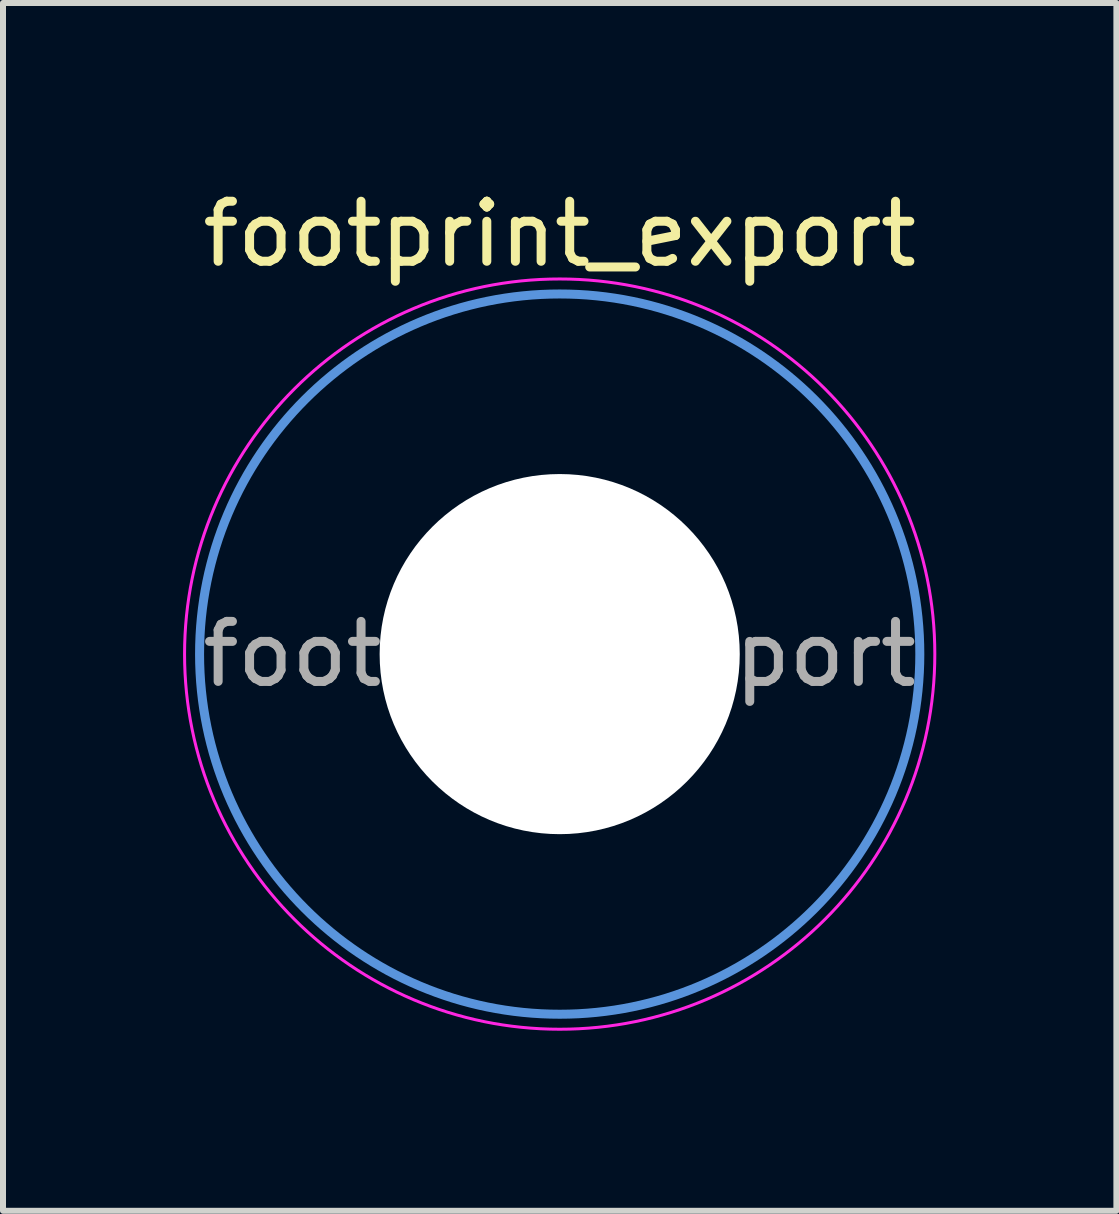
<source format=kicad_pcb>
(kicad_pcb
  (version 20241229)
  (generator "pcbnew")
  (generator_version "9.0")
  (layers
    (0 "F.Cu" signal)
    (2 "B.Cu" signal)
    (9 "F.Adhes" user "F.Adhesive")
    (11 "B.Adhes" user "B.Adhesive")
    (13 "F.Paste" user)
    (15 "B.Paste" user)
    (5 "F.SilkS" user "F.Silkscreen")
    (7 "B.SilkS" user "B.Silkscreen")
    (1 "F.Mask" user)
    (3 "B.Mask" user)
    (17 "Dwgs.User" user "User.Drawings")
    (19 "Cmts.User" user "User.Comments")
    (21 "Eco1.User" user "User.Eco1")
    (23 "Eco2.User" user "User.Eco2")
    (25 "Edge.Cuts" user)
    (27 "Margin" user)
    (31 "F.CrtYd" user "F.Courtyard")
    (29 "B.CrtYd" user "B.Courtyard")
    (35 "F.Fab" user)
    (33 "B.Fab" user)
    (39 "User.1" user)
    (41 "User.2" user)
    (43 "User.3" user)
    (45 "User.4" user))
  (footprint "footprint_export"
    (layer "F.Cu")
    (at 6.275 7.848)
    (property "Reference" "footprint_export" (at 0 -7 0) (layer "F.SilkS") (effects (font (size 1 1) (thickness 0.15))))
    (attr exclude_from_pos_files exclude_from_bom)
    (fp_circle (center 0 0) (end 6 0) (stroke (width 0.15) (type solid)) (fill no) (layer "Cmts.User"))
    (fp_circle (center 0 0) (end 6.25 0) (stroke (width 0.05) (type solid)) (fill no) (layer "F.CrtYd"))
    (fp_text user "${REFERENCE}" (at 0 0 0) (layer "F.Fab") (effects (font (size 1 1) (thickness 0.15))))
    (pad "" np_thru_hole circle (at 0 0) (size 6 6) (drill 6) (layers "*.Cu" "*.Mask")))
  (gr_rect
    (start -3 -3)
    (end 15.55 17.123)
    (stroke (width 0.1) (type default))
    (fill no)
    (layer "Edge.Cuts")))
</source>
